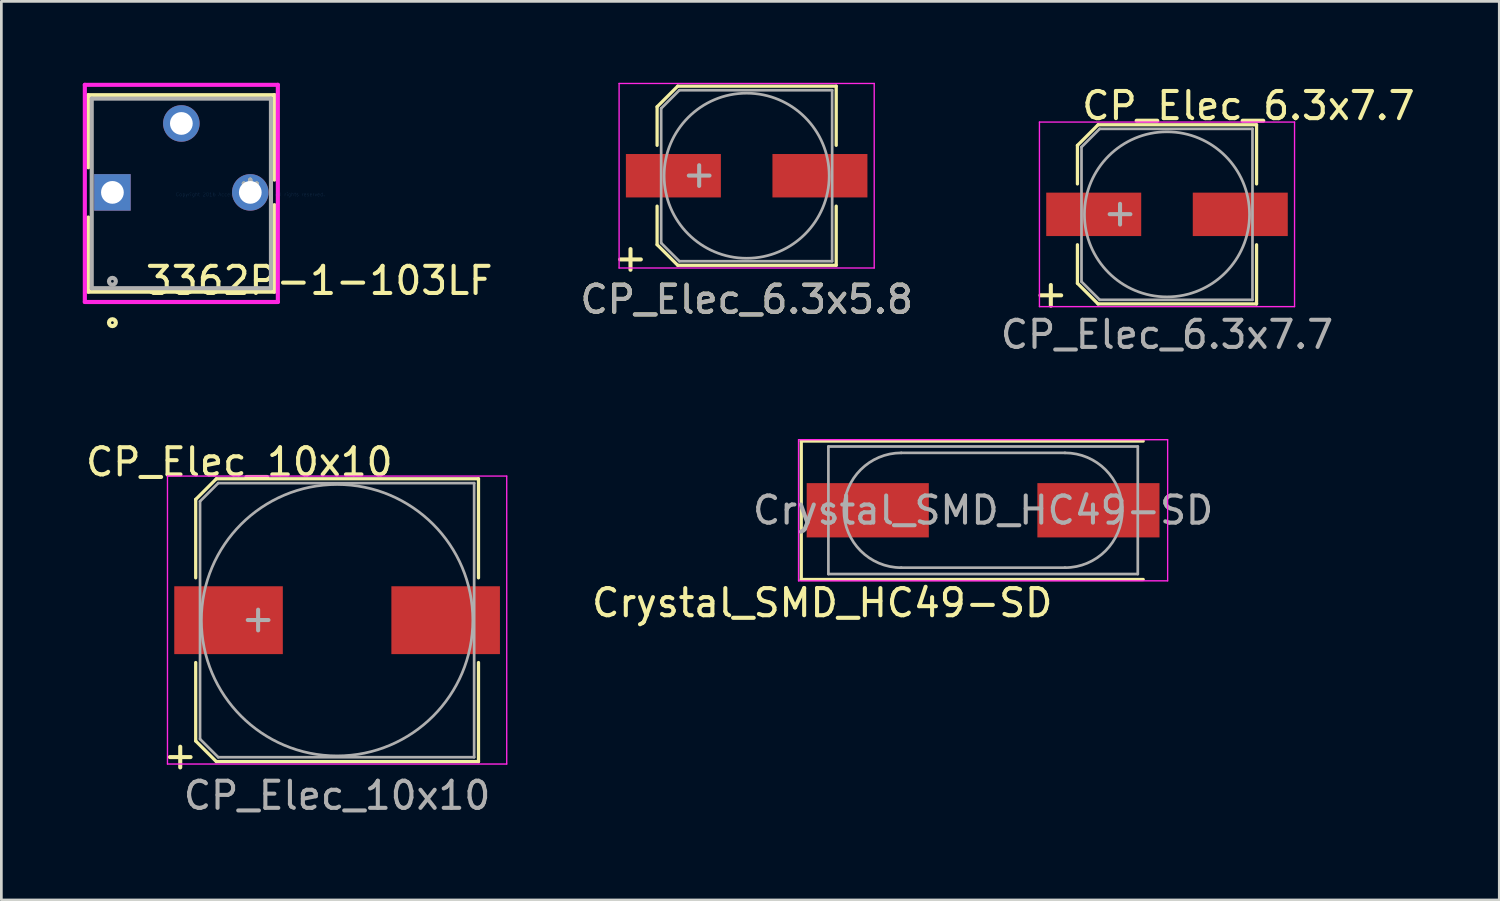
<source format=kicad_pcb>
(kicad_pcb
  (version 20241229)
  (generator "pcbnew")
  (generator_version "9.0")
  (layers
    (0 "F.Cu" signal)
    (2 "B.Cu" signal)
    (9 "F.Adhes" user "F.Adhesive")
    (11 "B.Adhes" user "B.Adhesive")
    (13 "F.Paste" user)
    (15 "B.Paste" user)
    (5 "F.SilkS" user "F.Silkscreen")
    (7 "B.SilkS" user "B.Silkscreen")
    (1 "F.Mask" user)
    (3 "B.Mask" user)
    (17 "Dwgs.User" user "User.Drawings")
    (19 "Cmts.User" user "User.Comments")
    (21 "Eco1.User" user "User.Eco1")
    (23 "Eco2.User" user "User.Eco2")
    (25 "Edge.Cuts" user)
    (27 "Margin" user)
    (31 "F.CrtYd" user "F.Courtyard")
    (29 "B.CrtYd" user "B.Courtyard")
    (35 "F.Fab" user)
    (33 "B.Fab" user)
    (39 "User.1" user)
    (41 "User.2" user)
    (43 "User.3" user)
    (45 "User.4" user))
  (footprint "CP_Elec_10x10"
    (layer "F.Cu")
    (at 9.371 19.802)
    (property "Reference" "CP_Elec_10x10" (at -3.603 -5.827 0) (layer "F.SilkS") (effects (font (size 1 1) (thickness 0.15))))
    (attr smd)
    (fp_line (start -5.21 -4.45) (end -5.21 -1.56) (stroke (width 0.12) (type solid)) (layer "F.SilkS"))
    (fp_line (start -5.21 -4.45) (end -4.45 -5.21) (stroke (width 0.12) (type solid)) (layer "F.SilkS"))
    (fp_line (start -5.21 4.45) (end -5.21 1.56) (stroke (width 0.12) (type solid)) (layer "F.SilkS"))
    (fp_line (start -4.45 -5.21) (end 5.21 -5.21) (stroke (width 0.12) (type solid)) (layer "F.SilkS"))
    (fp_line (start -4.45 5.21) (end -5.21 4.45) (stroke (width 0.12) (type solid)) (layer "F.SilkS"))
    (fp_line (start 5.21 -5.21) (end 5.21 -1.56) (stroke (width 0.12) (type solid)) (layer "F.SilkS"))
    (fp_line (start 5.21 5.21) (end -4.45 5.21) (stroke (width 0.12) (type solid)) (layer "F.SilkS"))
    (fp_line (start 5.21 5.21) (end 5.21 1.56) (stroke (width 0.12) (type solid)) (layer "F.SilkS"))
    (fp_line (start -6.25 -5.31) (end -6.25 5.3) (stroke (width 0.05) (type solid)) (layer "F.CrtYd"))
    (fp_line (start -6.25 -5.31) (end 6.25 -5.31) (stroke (width 0.05) (type solid)) (layer "F.CrtYd"))
    (fp_line (start 6.25 5.3) (end -6.25 5.3) (stroke (width 0.05) (type solid)) (layer "F.CrtYd"))
    (fp_line (start 6.25 5.3) (end 6.25 -5.31) (stroke (width 0.05) (type solid)) (layer "F.CrtYd"))
    (fp_line (start -5.05 -4.38) (end -5.05 4.38) (stroke (width 0.1) (type solid)) (layer "F.Fab"))
    (fp_line (start -5.05 4.38) (end -4.38 5.05) (stroke (width 0.1) (type solid)) (layer "F.Fab"))
    (fp_line (start -4.38 -5.05) (end -5.05 -4.38) (stroke (width 0.1) (type solid)) (layer "F.Fab"))
    (fp_line (start -4.38 5.05) (end 5.05 5.05) (stroke (width 0.1) (type solid)) (layer "F.Fab"))
    (fp_line (start 5.05 -5.05) (end -4.38 -5.05) (stroke (width 0.1) (type solid)) (layer "F.Fab"))
    (fp_line (start 5.05 5.05) (end 5.05 -5.05) (stroke (width 0.1) (type solid)) (layer "F.Fab"))
    (fp_circle (center 0 0) (end 0.1 5) (stroke (width 0.1) (type solid)) (fill no) (layer "F.Fab"))
    (fp_text user "+" (at -5.78 4.97 0) (layer "F.SilkS") (effects (font (size 1 1) (thickness 0.15))))
    (fp_text user "+" (at -2.91 -0.08 0) (layer "F.Fab") (effects (font (size 1 1) (thickness 0.15))))
    (fp_text user "${REFERENCE}" (at 0 6.46 0) (layer "F.Fab") (effects (font (size 1 1) (thickness 0.15))))
    (pad "1" smd rect (at -4 0 180) (size 4 2.5) (layers "F.Cu" "F.Mask" "F.Paste"))
    (pad "2" smd rect (at 4 0 180) (size 4 2.5) (layers "F.Cu" "F.Mask" "F.Paste")))
  (footprint "CP_Elec_6.3x5.8"
    (layer "F.Cu")
    (at 24.462 3.425)
    (property "Reference" "CP_Elec_6.3x5.8" (at 0 4.56 0) (layer "F.SilkS") (effects (font (size 1 1) (thickness 0.15))))
    (attr smd)
    (fp_line (start -3.3 -2.54) (end -3.3 -1.12) (stroke (width 0.12) (type solid)) (layer "F.SilkS"))
    (fp_line (start -3.3 -2.54) (end -2.54 -3.3) (stroke (width 0.12) (type solid)) (layer "F.SilkS"))
    (fp_line (start -3.3 2.54) (end -3.3 1.12) (stroke (width 0.12) (type solid)) (layer "F.SilkS"))
    (fp_line (start -2.54 -3.3) (end 3.3 -3.3) (stroke (width 0.12) (type solid)) (layer "F.SilkS"))
    (fp_line (start -2.54 3.3) (end -3.3 2.54) (stroke (width 0.12) (type solid)) (layer "F.SilkS"))
    (fp_line (start 3.3 -3.3) (end 3.3 -1.12) (stroke (width 0.12) (type solid)) (layer "F.SilkS"))
    (fp_line (start 3.3 3.3) (end -2.54 3.3) (stroke (width 0.12) (type solid)) (layer "F.SilkS"))
    (fp_line (start 3.3 3.3) (end 3.3 1.12) (stroke (width 0.12) (type solid)) (layer "F.SilkS"))
    (fp_line (start -4.7 -3.4) (end -4.7 3.4) (stroke (width 0.05) (type solid)) (layer "F.CrtYd"))
    (fp_line (start -4.7 -3.4) (end 4.7 -3.4) (stroke (width 0.05) (type solid)) (layer "F.CrtYd"))
    (fp_line (start 4.7 3.4) (end -4.7 3.4) (stroke (width 0.05) (type solid)) (layer "F.CrtYd"))
    (fp_line (start 4.7 3.4) (end 4.7 -3.4) (stroke (width 0.05) (type solid)) (layer "F.CrtYd"))
    (fp_line (start -3.15 -2.48) (end -3.15 2.48) (stroke (width 0.1) (type solid)) (layer "F.Fab"))
    (fp_line (start -3.15 2.48) (end -2.48 3.15) (stroke (width 0.1) (type solid)) (layer "F.Fab"))
    (fp_line (start -2.48 -3.15) (end -3.15 -2.48) (stroke (width 0.1) (type solid)) (layer "F.Fab"))
    (fp_line (start -2.48 3.15) (end 3.15 3.15) (stroke (width 0.1) (type solid)) (layer "F.Fab"))
    (fp_line (start 3.15 -3.15) (end -2.48 -3.15) (stroke (width 0.1) (type solid)) (layer "F.Fab"))
    (fp_line (start 3.15 3.15) (end 3.15 -3.15) (stroke (width 0.1) (type solid)) (layer "F.Fab"))
    (fp_circle (center 0 0) (end 0.5 3) (stroke (width 0.1) (type solid)) (fill no) (layer "F.Fab"))
    (fp_text user "+" (at -4.28 3.01 0) (layer "F.SilkS") (effects (font (size 1 1) (thickness 0.15))))
    (fp_text user "+" (at -1.75 -0.08 0) (layer "F.Fab") (effects (font (size 1 1) (thickness 0.15))))
    (fp_text user "${REFERENCE}" (at 0 4.56 0) (layer "F.Fab") (effects (font (size 1 1) (thickness 0.15))))
    (pad "1" smd rect (at -2.7 0 180) (size 3.5 1.6) (layers "F.Cu" "F.Mask" "F.Paste"))
    (pad "2" smd rect (at 2.7 0 180) (size 3.5 1.6) (layers "F.Cu" "F.Mask" "F.Paste")))
  (footprint "CP_Elec_6.3x7.7"
    (layer "F.Cu")
    (at 39.95 4.848)
    (property "Reference" "CP_Elec_6.3x7.7" (at 3 -4 0) (layer "F.SilkS") (effects (font (size 1 1) (thickness 0.15))))
    (attr smd)
    (fp_line (start -3.3 -2.54) (end -3.3 -1.12) (stroke (width 0.12) (type solid)) (layer "F.SilkS"))
    (fp_line (start -3.3 -2.54) (end -2.54 -3.3) (stroke (width 0.12) (type solid)) (layer "F.SilkS"))
    (fp_line (start -3.3 2.54) (end -3.3 1.12) (stroke (width 0.12) (type solid)) (layer "F.SilkS"))
    (fp_line (start -2.54 -3.3) (end 3.3 -3.3) (stroke (width 0.12) (type solid)) (layer "F.SilkS"))
    (fp_line (start -2.54 3.3) (end -3.3 2.54) (stroke (width 0.12) (type solid)) (layer "F.SilkS"))
    (fp_line (start 3.3 -3.3) (end 3.3 -1.12) (stroke (width 0.12) (type solid)) (layer "F.SilkS"))
    (fp_line (start 3.3 3.3) (end -2.54 3.3) (stroke (width 0.12) (type solid)) (layer "F.SilkS"))
    (fp_line (start 3.3 3.3) (end 3.3 1.12) (stroke (width 0.12) (type solid)) (layer "F.SilkS"))
    (fp_line (start -4.7 -3.4) (end -4.7 3.4) (stroke (width 0.05) (type solid)) (layer "F.CrtYd"))
    (fp_line (start -4.7 -3.4) (end 4.7 -3.4) (stroke (width 0.05) (type solid)) (layer "F.CrtYd"))
    (fp_line (start 4.7 3.4) (end -4.7 3.4) (stroke (width 0.05) (type solid)) (layer "F.CrtYd"))
    (fp_line (start 4.7 3.4) (end 4.7 -3.4) (stroke (width 0.05) (type solid)) (layer "F.CrtYd"))
    (fp_line (start -3.15 -2.48) (end -3.15 2.48) (stroke (width 0.1) (type solid)) (layer "F.Fab"))
    (fp_line (start -3.15 2.48) (end -2.48 3.15) (stroke (width 0.1) (type solid)) (layer "F.Fab"))
    (fp_line (start -2.48 -3.15) (end -3.15 -2.48) (stroke (width 0.1) (type solid)) (layer "F.Fab"))
    (fp_line (start -2.48 3.15) (end 3.15 3.15) (stroke (width 0.1) (type solid)) (layer "F.Fab"))
    (fp_line (start 3.15 -3.15) (end -2.48 -3.15) (stroke (width 0.1) (type solid)) (layer "F.Fab"))
    (fp_line (start 3.15 3.15) (end 3.15 -3.15) (stroke (width 0.1) (type solid)) (layer "F.Fab"))
    (fp_circle (center 0 0) (end 0.5 3) (stroke (width 0.1) (type solid)) (fill no) (layer "F.Fab"))
    (fp_text user "+" (at -4.28 2.91 0) (layer "F.SilkS") (effects (font (size 1 1) (thickness 0.15))))
    (fp_text user "+" (at -1.73 -0.08 0) (layer "F.Fab") (effects (font (size 1 1) (thickness 0.15))))
    (fp_text user "${REFERENCE}" (at 0 4.43 0) (layer "F.Fab") (effects (font (size 1 1) (thickness 0.15))))
    (pad "1" smd rect (at -2.7 0 180) (size 3.5 1.6) (layers "F.Cu" "F.Mask" "F.Paste"))
    (pad "2" smd rect (at 2.7 0 180) (size 3.5 1.6) (layers "F.Cu" "F.Mask" "F.Paste")))
  (footprint "3362P-1-103LF"
    (layer "F.Cu")
    (at 6.172 4.115)
    (property "Reference" "3362P-1-103LF" (at 2.54 3.175 0) (layer "F.SilkS") (effects (font (size 1 1) (thickness 0.15))))
    (attr through_hole)
    (fp_line (start -5.969 -3.658) (end -5.969 -1.002) (stroke (width 0.152) (type solid)) (layer "F.SilkS"))
    (fp_line (start -5.969 0.85) (end -5.969 3.581) (stroke (width 0.152) (type solid)) (layer "F.SilkS"))
    (fp_line (start -5.969 3.581) (end 0.889 3.581) (stroke (width 0.152) (type solid)) (layer "F.SilkS"))
    (fp_line (start 0.889 -3.658) (end -5.969 -3.658) (stroke (width 0.152) (type solid)) (layer "F.SilkS"))
    (fp_line (start 0.889 -0.547) (end 0.889 -3.658) (stroke (width 0.152) (type solid)) (layer "F.SilkS"))
    (fp_line (start 0.889 3.581) (end 0.889 0.394) (stroke (width 0.152) (type solid)) (layer "F.SilkS"))
    (fp_circle (center -5.08 4.724) (end -4.953 4.724) (stroke (width 0.152) (type solid)) (fill no) (layer "F.SilkS"))
    (fp_line (start -6.096 -4.039) (end 1.016 -4.039) (stroke (width 0.152) (type solid)) (layer "F.CrtYd"))
    (fp_line (start -6.096 3.962) (end -6.096 -4.039) (stroke (width 0.152) (type solid)) (layer "F.CrtYd"))
    (fp_line (start 1.016 -4.039) (end 1.016 3.962) (stroke (width 0.152) (type solid)) (layer "F.CrtYd"))
    (fp_line (start 1.016 3.962) (end -6.096 3.962) (stroke (width 0.152) (type solid)) (layer "F.CrtYd"))
    (fp_line (start -5.842 -3.531) (end -5.842 3.454) (stroke (width 0.152) (type solid)) (layer "F.Fab"))
    (fp_line (start -5.842 3.454) (end 0.762 3.454) (stroke (width 0.152) (type solid)) (layer "F.Fab"))
    (fp_line (start 0.762 -3.531) (end -5.842 -3.531) (stroke (width 0.152) (type solid)) (layer "F.Fab"))
    (fp_line (start 0.762 3.454) (end 0.762 -3.531) (stroke (width 0.152) (type solid)) (layer "F.Fab"))
    (fp_circle (center -5.08 3.2) (end -4.953 3.2) (stroke (width 0.152) (type solid)) (fill no) (layer "F.Fab"))
    (fp_text user "*" (at 0 0 0) (layer "F.SilkS") (effects (font (size 1 1) (thickness 0.15))))
    (fp_text user "Copyright 2016 Accelerated Designs. All rights reserved." (at 0 0 0) (layer "Cmts.User") (effects (font (size 0.127 0.127) (thickness 0.002))))
    (fp_text user "*" (at 0 0 0) (layer "F.Fab") (effects (font (size 1 1) (thickness 0.15))))
    (pad "1" thru_hole rect (at -5.08 -0.076) (size 1.346 1.346) (drill 0.838) (layers "*.Cu" "*.Mask"))
    (pad "2" thru_hole circle (at -2.54 -2.616) (size 1.346 1.346) (drill 0.838) (layers "*.Cu" "*.Mask"))
    (pad "3" thru_hole circle (at 0 -0.076) (size 1.346 1.346) (drill 0.838) (layers "*.Cu" "*.Mask")))
  (footprint "Crystal_SMD_HC49-SD"
    (layer "F.Cu")
    (at 33.174 15.752)
    (property "Reference" "Crystal_SMD_HC49-SD" (at -5.927 3.412 0) (layer "F.SilkS") (effects (font (size 1 1) (thickness 0.15))))
    (attr smd)
    (fp_line (start -6.7 -2.55) (end -6.7 2.55) (stroke (width 0.12) (type solid)) (layer "F.SilkS"))
    (fp_line (start -6.7 2.55) (end 5.9 2.55) (stroke (width 0.12) (type solid)) (layer "F.SilkS"))
    (fp_line (start 5.9 -2.55) (end -6.7 -2.55) (stroke (width 0.12) (type solid)) (layer "F.SilkS"))
    (fp_line (start -6.8 -2.6) (end -6.8 2.6) (stroke (width 0.05) (type solid)) (layer "F.CrtYd"))
    (fp_line (start -6.8 2.6) (end 6.8 2.6) (stroke (width 0.05) (type solid)) (layer "F.CrtYd"))
    (fp_line (start 6.8 -2.6) (end -6.8 -2.6) (stroke (width 0.05) (type solid)) (layer "F.CrtYd"))
    (fp_line (start 6.8 2.6) (end 6.8 -2.6) (stroke (width 0.05) (type solid)) (layer "F.CrtYd"))
    (fp_line (start -5.7 -2.35) (end -5.7 2.35) (stroke (width 0.1) (type solid)) (layer "F.Fab"))
    (fp_line (start -5.7 2.35) (end 5.7 2.35) (stroke (width 0.1) (type solid)) (layer "F.Fab"))
    (fp_line (start -3.015 -2.115) (end 3.015 -2.115) (stroke (width 0.1) (type solid)) (layer "F.Fab"))
    (fp_line (start -3.015 2.115) (end 3.015 2.115) (stroke (width 0.1) (type solid)) (layer "F.Fab"))
    (fp_line (start 5.7 -2.35) (end -5.7 -2.35) (stroke (width 0.1) (type solid)) (layer "F.Fab"))
    (fp_line (start 5.7 2.35) (end 5.7 -2.35) (stroke (width 0.1) (type solid)) (layer "F.Fab"))
    (fp_arc (start -3.015 2.115) (mid -5.13 0) (end -3.015 -2.115) (stroke (width 0.1) (type solid)) (layer "F.Fab"))
    (fp_arc (start 3.015 -2.115) (mid 5.13 0) (end 3.015 2.115) (stroke (width 0.1) (type solid)) (layer "F.Fab"))
    (fp_text user "${REFERENCE}" (at 0 0 0) (layer "F.Fab") (effects (font (size 1 1) (thickness 0.15))))
    (pad "1" smd rect (at -4.25 0) (size 4.5 2) (layers "F.Cu" "F.Mask" "F.Paste"))
    (pad "2" smd rect (at 4.25 0) (size 4.5 2) (layers "F.Cu" "F.Mask" "F.Paste")))
  (gr_rect
    (start -3 -3)
    (end 52.194 30.11)
    (stroke (width 0.1) (type default))
    (fill no)
    (layer "Edge.Cuts")))
</source>
